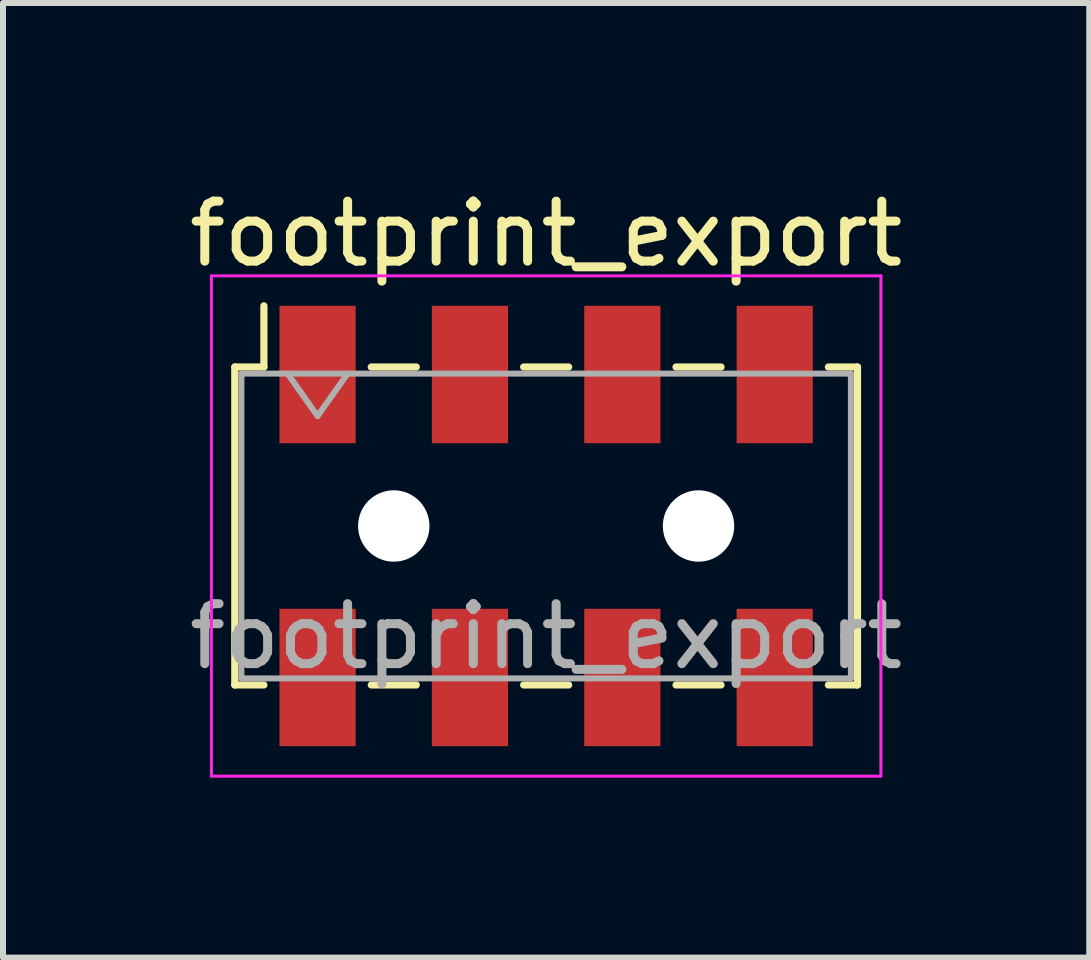
<source format=kicad_pcb>
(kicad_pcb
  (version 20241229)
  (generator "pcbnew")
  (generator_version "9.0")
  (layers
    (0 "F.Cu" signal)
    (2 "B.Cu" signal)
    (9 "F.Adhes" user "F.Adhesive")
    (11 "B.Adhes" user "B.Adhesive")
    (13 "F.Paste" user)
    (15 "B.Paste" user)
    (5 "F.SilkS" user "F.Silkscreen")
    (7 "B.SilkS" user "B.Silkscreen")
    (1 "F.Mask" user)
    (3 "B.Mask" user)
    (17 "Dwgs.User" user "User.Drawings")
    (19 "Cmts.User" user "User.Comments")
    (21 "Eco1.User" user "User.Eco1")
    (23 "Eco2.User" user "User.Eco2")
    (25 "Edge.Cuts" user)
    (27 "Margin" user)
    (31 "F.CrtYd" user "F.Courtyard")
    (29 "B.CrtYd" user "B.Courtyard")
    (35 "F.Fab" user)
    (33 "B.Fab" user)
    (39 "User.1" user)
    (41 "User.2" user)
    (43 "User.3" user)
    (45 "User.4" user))
  (footprint "footprint_export"
    (layer "F.Cu")
    (at 6.054 5.718)
    (property "Reference" "footprint_export" (at 0 -4.87 0) (layer "F.SilkS") (effects (font (size 1 1) (thickness 0.15))))
    (attr smd)
    (fp_line (start -5.19 -2.65) (end -5.19 2.65) (stroke (width 0.12) (type solid)) (layer "F.SilkS"))
    (fp_line (start -5.19 2.65) (end -4.705 2.65) (stroke (width 0.12) (type solid)) (layer "F.SilkS"))
    (fp_line (start -4.705 -3.67) (end -4.705 -2.65) (stroke (width 0.12) (type solid)) (layer "F.SilkS"))
    (fp_line (start -4.705 -2.65) (end -5.19 -2.65) (stroke (width 0.12) (type solid)) (layer "F.SilkS"))
    (fp_line (start -2.915 -2.65) (end -2.165 -2.65) (stroke (width 0.12) (type solid)) (layer "F.SilkS"))
    (fp_line (start -2.915 2.65) (end -2.165 2.65) (stroke (width 0.12) (type solid)) (layer "F.SilkS"))
    (fp_line (start -0.375 -2.65) (end 0.375 -2.65) (stroke (width 0.12) (type solid)) (layer "F.SilkS"))
    (fp_line (start -0.375 2.65) (end 0.375 2.65) (stroke (width 0.12) (type solid)) (layer "F.SilkS"))
    (fp_line (start 2.165 -2.65) (end 2.915 -2.65) (stroke (width 0.12) (type solid)) (layer "F.SilkS"))
    (fp_line (start 2.165 2.65) (end 2.915 2.65) (stroke (width 0.12) (type solid)) (layer "F.SilkS"))
    (fp_line (start 4.705 -2.65) (end 5.19 -2.65) (stroke (width 0.12) (type solid)) (layer "F.SilkS"))
    (fp_line (start 5.19 -2.65) (end 5.19 2.65) (stroke (width 0.12) (type solid)) (layer "F.SilkS"))
    (fp_line (start 5.19 2.65) (end 4.705 2.65) (stroke (width 0.12) (type solid)) (layer "F.SilkS"))
    (fp_line (start -5.58 -4.17) (end 5.58 -4.17) (stroke (width 0.05) (type solid)) (layer "F.CrtYd"))
    (fp_line (start -5.58 4.17) (end -5.58 -4.17) (stroke (width 0.05) (type solid)) (layer "F.CrtYd"))
    (fp_line (start 5.58 -4.17) (end 5.58 4.17) (stroke (width 0.05) (type solid)) (layer "F.CrtYd"))
    (fp_line (start 5.58 4.17) (end -5.58 4.17) (stroke (width 0.05) (type solid)) (layer "F.CrtYd"))
    (fp_line (start -5.08 -2.54) (end 5.08 -2.54) (stroke (width 0.1) (type solid)) (layer "F.Fab"))
    (fp_line (start -5.08 2.54) (end -5.08 -2.54) (stroke (width 0.1) (type solid)) (layer "F.Fab"))
    (fp_line (start -4.31 -2.54) (end -3.81 -1.833) (stroke (width 0.1) (type solid)) (layer "F.Fab"))
    (fp_line (start -3.81 -1.833) (end -3.31 -2.54) (stroke (width 0.1) (type solid)) (layer "F.Fab"))
    (fp_line (start 5.08 -2.54) (end 5.08 2.54) (stroke (width 0.1) (type solid)) (layer "F.Fab"))
    (fp_line (start 5.08 2.54) (end -5.08 2.54) (stroke (width 0.1) (type solid)) (layer "F.Fab"))
    (fp_text user "${REFERENCE}" (at 0 1.84 0) (layer "F.Fab") (effects (font (size 1 1) (thickness 0.15))))
    (pad "" np_thru_hole circle (at -2.54 0) (size 1.19 1.19) (drill 1.19) (layers "*.Cu" "*.Mask"))
    (pad "" np_thru_hole circle (at 2.54 0) (size 1.19 1.19) (drill 1.19) (layers "*.Cu" "*.Mask"))
    (pad "1" smd rect (at -3.81 -2.525) (size 1.27 2.29) (layers "F.Cu" "F.Mask" "F.Paste"))
    (pad "2" smd rect (at -3.81 2.525) (size 1.27 2.29) (layers "F.Cu" "F.Mask" "F.Paste"))
    (pad "3" smd rect (at -1.27 -2.525) (size 1.27 2.29) (layers "F.Cu" "F.Mask" "F.Paste"))
    (pad "4" smd rect (at -1.27 2.525) (size 1.27 2.29) (layers "F.Cu" "F.Mask" "F.Paste"))
    (pad "5" smd rect (at 1.27 -2.525) (size 1.27 2.29) (layers "F.Cu" "F.Mask" "F.Paste"))
    (pad "6" smd rect (at 1.27 2.525) (size 1.27 2.29) (layers "F.Cu" "F.Mask" "F.Paste"))
    (pad "7" smd rect (at 3.81 -2.525) (size 1.27 2.29) (layers "F.Cu" "F.Mask" "F.Paste"))
    (pad "8" smd rect (at 3.81 2.525) (size 1.27 2.29) (layers "F.Cu" "F.Mask" "F.Paste")))
  (gr_rect
    (start -3 -3)
    (end 15.107 12.913)
    (stroke (width 0.1) (type default))
    (fill no)
    (layer "Edge.Cuts")))
</source>
